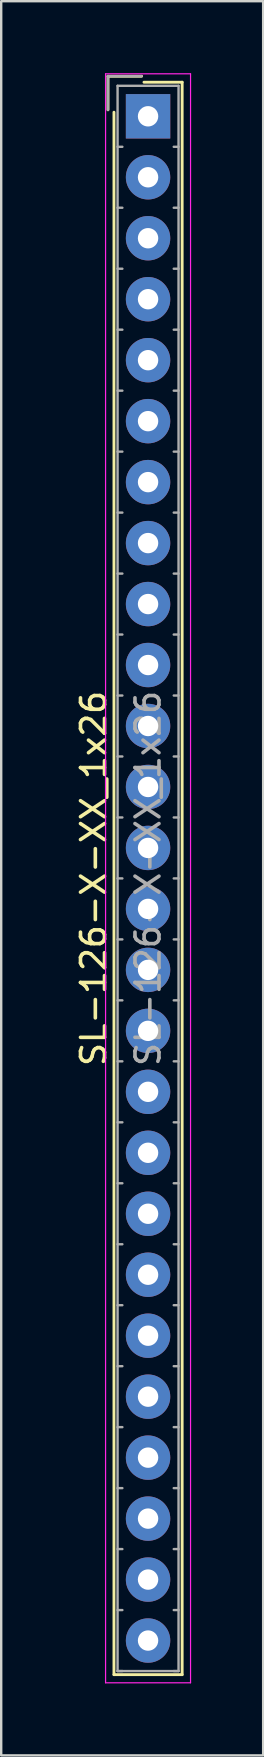
<source format=kicad_pcb>
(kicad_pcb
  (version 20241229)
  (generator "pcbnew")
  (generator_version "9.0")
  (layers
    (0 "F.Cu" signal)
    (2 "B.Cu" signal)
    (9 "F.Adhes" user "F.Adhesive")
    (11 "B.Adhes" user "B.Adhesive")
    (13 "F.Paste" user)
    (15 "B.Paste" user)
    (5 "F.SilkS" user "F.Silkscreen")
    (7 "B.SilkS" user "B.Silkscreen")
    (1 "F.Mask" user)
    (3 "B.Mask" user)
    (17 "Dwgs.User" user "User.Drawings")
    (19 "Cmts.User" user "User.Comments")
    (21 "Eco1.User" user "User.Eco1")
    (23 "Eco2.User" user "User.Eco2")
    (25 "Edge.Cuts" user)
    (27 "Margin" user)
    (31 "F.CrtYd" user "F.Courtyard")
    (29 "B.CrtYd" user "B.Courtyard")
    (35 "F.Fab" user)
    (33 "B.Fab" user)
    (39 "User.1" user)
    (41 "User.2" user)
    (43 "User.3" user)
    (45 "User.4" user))
  (footprint "SL-126-X-XX_1x26"
    (layer "F.Cu")
    (at 3.118 1.795)
    (property "Reference" "SL-126-X-XX_1x26" (at -2.27 31.75 90) (layer "F.SilkS") (effects (font (size 1 1) (thickness 0.15))))
    (attr through_hole)
    (fp_line (start -1.67 -1.67) (end -1.67 -0.27) (stroke (width 0.12) (type solid)) (layer "F.SilkS"))
    (fp_line (start -1.42 64.92) (end -1.42 -0.17) (stroke (width 0.12) (type solid)) (layer "F.SilkS"))
    (fp_line (start -0.27 -1.67) (end -1.67 -1.67) (stroke (width 0.12) (type solid)) (layer "F.SilkS"))
    (fp_line (start -0.17 -1.42) (end 1.42 -1.42) (stroke (width 0.12) (type solid)) (layer "F.SilkS"))
    (fp_line (start 1.42 -1.42) (end 1.42 64.92) (stroke (width 0.12) (type solid)) (layer "F.SilkS"))
    (fp_line (start 1.42 64.92) (end -1.42 64.92) (stroke (width 0.12) (type solid)) (layer "F.SilkS"))
    (fp_line (start -1.77 -1.77) (end -1.77 65.26) (stroke (width 0.05) (type solid)) (layer "F.CrtYd"))
    (fp_line (start -1.77 65.26) (end 1.77 65.26) (stroke (width 0.05) (type solid)) (layer "F.CrtYd"))
    (fp_line (start 1.77 -1.77) (end -1.77 -1.77) (stroke (width 0.05) (type solid)) (layer "F.CrtYd"))
    (fp_line (start 1.77 65.26) (end 1.77 -1.77) (stroke (width 0.05) (type solid)) (layer "F.CrtYd"))
    (fp_line (start -1.67 -1.67) (end -1.67 -0.27) (stroke (width 0.1) (type solid)) (layer "F.Fab"))
    (fp_line (start -1.27 -1.27) (end -1.27 64.77) (stroke (width 0.1) (type solid)) (layer "F.Fab"))
    (fp_line (start -1.27 1.27) (end -1.07 1.27) (stroke (width 0.1) (type solid)) (layer "F.Fab"))
    (fp_line (start -1.27 3.81) (end -1.07 3.81) (stroke (width 0.1) (type solid)) (layer "F.Fab"))
    (fp_line (start -1.27 6.35) (end -1.07 6.35) (stroke (width 0.1) (type solid)) (layer "F.Fab"))
    (fp_line (start -1.27 8.89) (end -1.07 8.89) (stroke (width 0.1) (type solid)) (layer "F.Fab"))
    (fp_line (start -1.27 11.43) (end -1.07 11.43) (stroke (width 0.1) (type solid)) (layer "F.Fab"))
    (fp_line (start -1.27 13.97) (end -1.07 13.97) (stroke (width 0.1) (type solid)) (layer "F.Fab"))
    (fp_line (start -1.27 16.51) (end -1.07 16.51) (stroke (width 0.1) (type solid)) (layer "F.Fab"))
    (fp_line (start -1.27 19.05) (end -1.07 19.05) (stroke (width 0.1) (type solid)) (layer "F.Fab"))
    (fp_line (start -1.27 21.59) (end -1.07 21.59) (stroke (width 0.1) (type solid)) (layer "F.Fab"))
    (fp_line (start -1.27 24.13) (end -1.07 24.13) (stroke (width 0.1) (type solid)) (layer "F.Fab"))
    (fp_line (start -1.27 26.67) (end -1.07 26.67) (stroke (width 0.1) (type solid)) (layer "F.Fab"))
    (fp_line (start -1.27 29.21) (end -1.07 29.21) (stroke (width 0.1) (type solid)) (layer "F.Fab"))
    (fp_line (start -1.27 31.75) (end -1.07 31.75) (stroke (width 0.1) (type solid)) (layer "F.Fab"))
    (fp_line (start -1.27 34.29) (end -1.07 34.29) (stroke (width 0.1) (type solid)) (layer "F.Fab"))
    (fp_line (start -1.27 36.83) (end -1.07 36.83) (stroke (width 0.1) (type solid)) (layer "F.Fab"))
    (fp_line (start -1.27 39.37) (end -1.07 39.37) (stroke (width 0.1) (type solid)) (layer "F.Fab"))
    (fp_line (start -1.27 41.91) (end -1.07 41.91) (stroke (width 0.1) (type solid)) (layer "F.Fab"))
    (fp_line (start -1.27 44.45) (end -1.07 44.45) (stroke (width 0.1) (type solid)) (layer "F.Fab"))
    (fp_line (start -1.27 46.99) (end -1.07 46.99) (stroke (width 0.1) (type solid)) (layer "F.Fab"))
    (fp_line (start -1.27 49.53) (end -1.07 49.53) (stroke (width 0.1) (type solid)) (layer "F.Fab"))
    (fp_line (start -1.27 52.07) (end -1.07 52.07) (stroke (width 0.1) (type solid)) (layer "F.Fab"))
    (fp_line (start -1.27 54.61) (end -1.07 54.61) (stroke (width 0.1) (type solid)) (layer "F.Fab"))
    (fp_line (start -1.27 57.15) (end -1.07 57.15) (stroke (width 0.1) (type solid)) (layer "F.Fab"))
    (fp_line (start -1.27 59.69) (end -1.07 59.69) (stroke (width 0.1) (type solid)) (layer "F.Fab"))
    (fp_line (start -1.27 62.23) (end -1.07 62.23) (stroke (width 0.1) (type solid)) (layer "F.Fab"))
    (fp_line (start -1.27 64.77) (end -1.07 64.77) (stroke (width 0.1) (type solid)) (layer "F.Fab"))
    (fp_line (start -1.27 64.77) (end 1.27 64.77) (stroke (width 0.1) (type solid)) (layer "F.Fab"))
    (fp_line (start -0.27 -1.67) (end -1.67 -1.67) (stroke (width 0.1) (type solid)) (layer "F.Fab"))
    (fp_line (start 1.27 -1.27) (end -1.27 -1.27) (stroke (width 0.1) (type solid)) (layer "F.Fab"))
    (fp_line (start 1.27 1.27) (end 1.07 1.27) (stroke (width 0.1) (type solid)) (layer "F.Fab"))
    (fp_line (start 1.27 3.81) (end 1.07 3.81) (stroke (width 0.1) (type solid)) (layer "F.Fab"))
    (fp_line (start 1.27 6.35) (end 1.07 6.35) (stroke (width 0.1) (type solid)) (layer "F.Fab"))
    (fp_line (start 1.27 8.89) (end 1.07 8.89) (stroke (width 0.1) (type solid)) (layer "F.Fab"))
    (fp_line (start 1.27 11.43) (end 1.07 11.43) (stroke (width 0.1) (type solid)) (layer "F.Fab"))
    (fp_line (start 1.27 13.97) (end 1.07 13.97) (stroke (width 0.1) (type solid)) (layer "F.Fab"))
    (fp_line (start 1.27 16.51) (end 1.07 16.51) (stroke (width 0.1) (type solid)) (layer "F.Fab"))
    (fp_line (start 1.27 19.05) (end 1.07 19.05) (stroke (width 0.1) (type solid)) (layer "F.Fab"))
    (fp_line (start 1.27 21.59) (end 1.07 21.59) (stroke (width 0.1) (type solid)) (layer "F.Fab"))
    (fp_line (start 1.27 24.13) (end 1.07 24.13) (stroke (width 0.1) (type solid)) (layer "F.Fab"))
    (fp_line (start 1.27 26.67) (end 1.07 26.67) (stroke (width 0.1) (type solid)) (layer "F.Fab"))
    (fp_line (start 1.27 29.21) (end 1.07 29.21) (stroke (width 0.1) (type solid)) (layer "F.Fab"))
    (fp_line (start 1.27 31.75) (end 1.07 31.75) (stroke (width 0.1) (type solid)) (layer "F.Fab"))
    (fp_line (start 1.27 34.29) (end 1.07 34.29) (stroke (width 0.1) (type solid)) (layer "F.Fab"))
    (fp_line (start 1.27 36.83) (end 1.07 36.83) (stroke (width 0.1) (type solid)) (layer "F.Fab"))
    (fp_line (start 1.27 39.37) (end 1.07 39.37) (stroke (width 0.1) (type solid)) (layer "F.Fab"))
    (fp_line (start 1.27 41.91) (end 1.07 41.91) (stroke (width 0.1) (type solid)) (layer "F.Fab"))
    (fp_line (start 1.27 44.45) (end 1.07 44.45) (stroke (width 0.1) (type solid)) (layer "F.Fab"))
    (fp_line (start 1.27 46.99) (end 1.07 46.99) (stroke (width 0.1) (type solid)) (layer "F.Fab"))
    (fp_line (start 1.27 49.53) (end 1.07 49.53) (stroke (width 0.1) (type solid)) (layer "F.Fab"))
    (fp_line (start 1.27 52.07) (end 1.07 52.07) (stroke (width 0.1) (type solid)) (layer "F.Fab"))
    (fp_line (start 1.27 54.61) (end 1.07 54.61) (stroke (width 0.1) (type solid)) (layer "F.Fab"))
    (fp_line (start 1.27 57.15) (end 1.07 57.15) (stroke (width 0.1) (type solid)) (layer "F.Fab"))
    (fp_line (start 1.27 59.69) (end 1.07 59.69) (stroke (width 0.1) (type solid)) (layer "F.Fab"))
    (fp_line (start 1.27 62.23) (end 1.07 62.23) (stroke (width 0.1) (type solid)) (layer "F.Fab"))
    (fp_line (start 1.27 64.77) (end 1.07 64.77) (stroke (width 0.1) (type solid)) (layer "F.Fab"))
    (fp_line (start 1.27 64.77) (end 1.27 -1.27) (stroke (width 0.1) (type solid)) (layer "F.Fab"))
    (fp_text user "${REFERENCE}" (at 0 31.75 90) (layer "F.Fab") (effects (font (size 1 1) (thickness 0.15))))
    (pad "1" thru_hole rect (at 0 0) (size 1.85 1.85) (drill 0.85) (layers "*.Cu" "*.Mask"))
    (pad "2" thru_hole circle (at 0 2.54) (size 1.85 1.85) (drill 0.85) (layers "*.Cu" "*.Mask"))
    (pad "3" thru_hole circle (at 0 5.08) (size 1.85 1.85) (drill 0.85) (layers "*.Cu" "*.Mask"))
    (pad "4" thru_hole circle (at 0 7.62) (size 1.85 1.85) (drill 0.85) (layers "*.Cu" "*.Mask"))
    (pad "5" thru_hole circle (at 0 10.16) (size 1.85 1.85) (drill 0.85) (layers "*.Cu" "*.Mask"))
    (pad "6" thru_hole circle (at 0 12.7) (size 1.85 1.85) (drill 0.85) (layers "*.Cu" "*.Mask"))
    (pad "7" thru_hole circle (at 0 15.24) (size 1.85 1.85) (drill 0.85) (layers "*.Cu" "*.Mask"))
    (pad "8" thru_hole circle (at 0 17.78) (size 1.85 1.85) (drill 0.85) (layers "*.Cu" "*.Mask"))
    (pad "9" thru_hole circle (at 0 20.32) (size 1.85 1.85) (drill 0.85) (layers "*.Cu" "*.Mask"))
    (pad "10" thru_hole circle (at 0 22.86) (size 1.85 1.85) (drill 0.85) (layers "*.Cu" "*.Mask"))
    (pad "11" thru_hole circle (at 0 25.4) (size 1.85 1.85) (drill 0.85) (layers "*.Cu" "*.Mask"))
    (pad "12" thru_hole circle (at 0 27.94) (size 1.85 1.85) (drill 0.85) (layers "*.Cu" "*.Mask"))
    (pad "13" thru_hole circle (at 0 30.48) (size 1.85 1.85) (drill 0.85) (layers "*.Cu" "*.Mask"))
    (pad "14" thru_hole circle (at 0 33.02) (size 1.85 1.85) (drill 0.85) (layers "*.Cu" "*.Mask"))
    (pad "15" thru_hole circle (at 0 35.56) (size 1.85 1.85) (drill 0.85) (layers "*.Cu" "*.Mask"))
    (pad "16" thru_hole circle (at 0 38.1) (size 1.85 1.85) (drill 0.85) (layers "*.Cu" "*.Mask"))
    (pad "17" thru_hole circle (at 0 40.64) (size 1.85 1.85) (drill 0.85) (layers "*.Cu" "*.Mask"))
    (pad "18" thru_hole circle (at 0 43.18) (size 1.85 1.85) (drill 0.85) (layers "*.Cu" "*.Mask"))
    (pad "19" thru_hole circle (at 0 45.72) (size 1.85 1.85) (drill 0.85) (layers "*.Cu" "*.Mask"))
    (pad "20" thru_hole circle (at 0 48.26) (size 1.85 1.85) (drill 0.85) (layers "*.Cu" "*.Mask"))
    (pad "21" thru_hole circle (at 0 50.8) (size 1.85 1.85) (drill 0.85) (layers "*.Cu" "*.Mask"))
    (pad "22" thru_hole circle (at 0 53.34) (size 1.85 1.85) (drill 0.85) (layers "*.Cu" "*.Mask"))
    (pad "23" thru_hole circle (at 0 55.88) (size 1.85 1.85) (drill 0.85) (layers "*.Cu" "*.Mask"))
    (pad "24" thru_hole circle (at 0 58.42) (size 1.85 1.85) (drill 0.85) (layers "*.Cu" "*.Mask"))
    (pad "25" thru_hole circle (at 0 60.96) (size 1.85 1.85) (drill 0.85) (layers "*.Cu" "*.Mask"))
    (pad "26" thru_hole circle (at 0 63.5) (size 1.85 1.85) (drill 0.85) (layers "*.Cu" "*.Mask")))
  (gr_rect
    (start -3 -3)
    (end 7.913 70.08)
    (stroke (width 0.1) (type default))
    (fill no)
    (layer "Edge.Cuts")))
</source>
